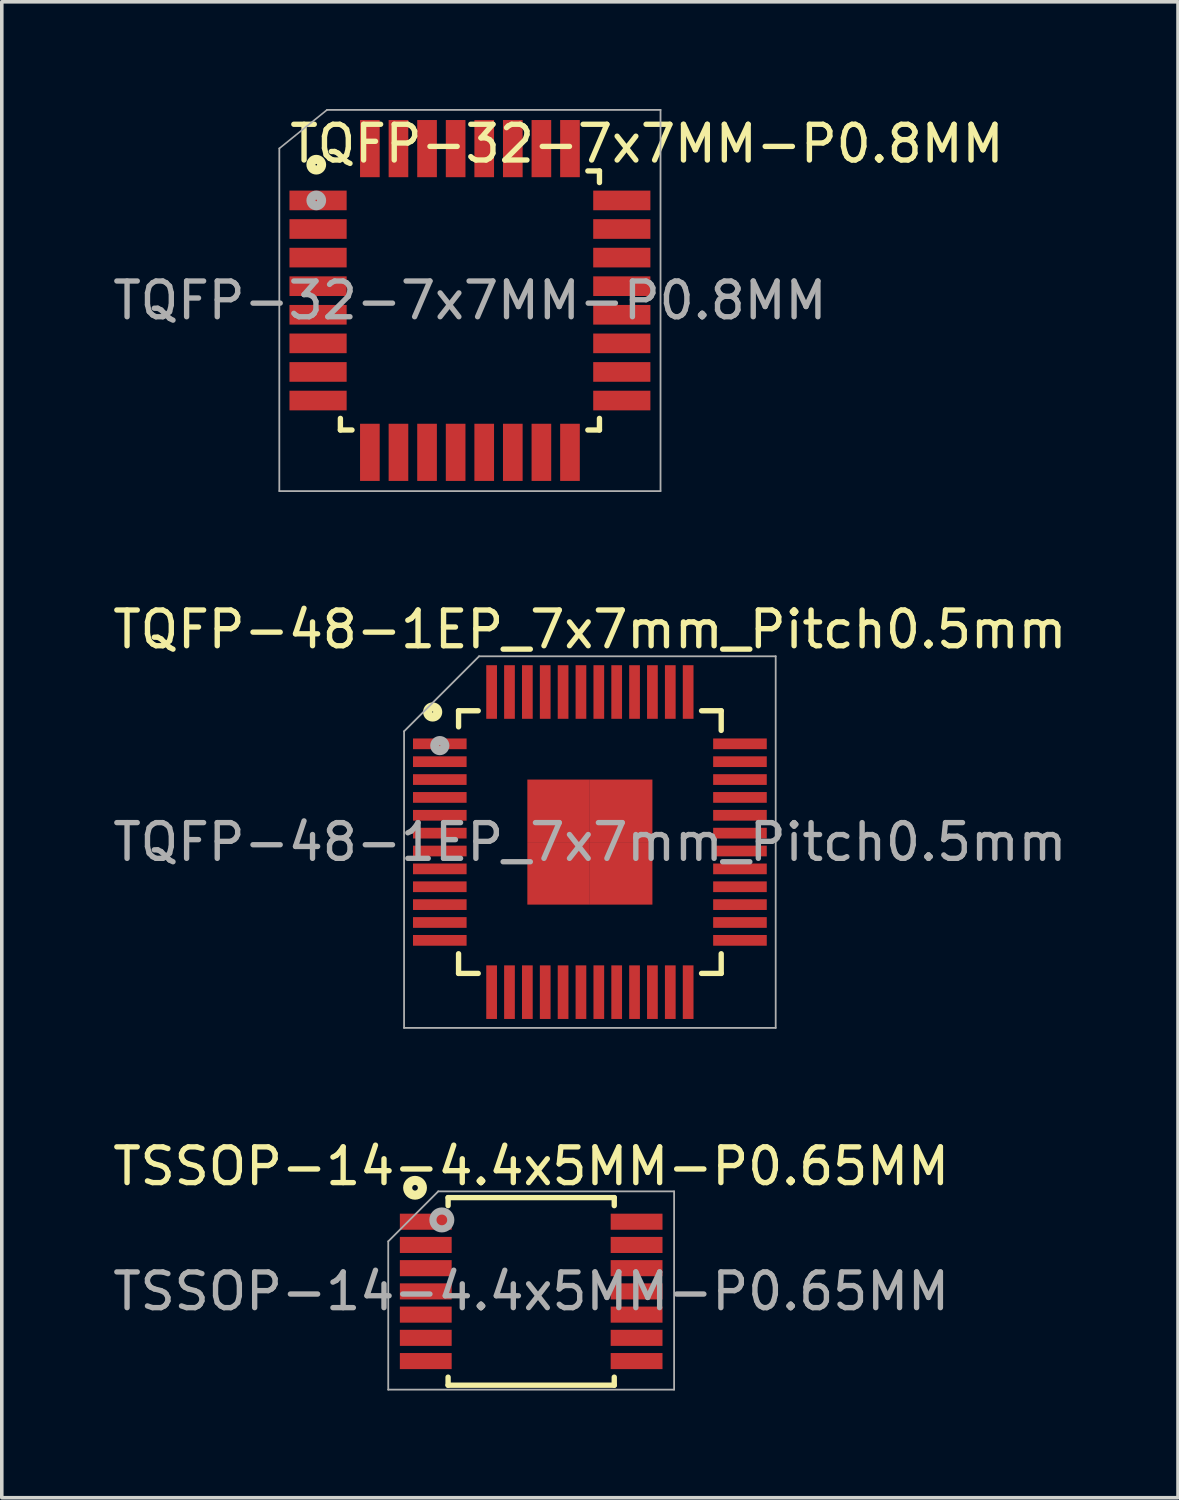
<source format=kicad_pcb>
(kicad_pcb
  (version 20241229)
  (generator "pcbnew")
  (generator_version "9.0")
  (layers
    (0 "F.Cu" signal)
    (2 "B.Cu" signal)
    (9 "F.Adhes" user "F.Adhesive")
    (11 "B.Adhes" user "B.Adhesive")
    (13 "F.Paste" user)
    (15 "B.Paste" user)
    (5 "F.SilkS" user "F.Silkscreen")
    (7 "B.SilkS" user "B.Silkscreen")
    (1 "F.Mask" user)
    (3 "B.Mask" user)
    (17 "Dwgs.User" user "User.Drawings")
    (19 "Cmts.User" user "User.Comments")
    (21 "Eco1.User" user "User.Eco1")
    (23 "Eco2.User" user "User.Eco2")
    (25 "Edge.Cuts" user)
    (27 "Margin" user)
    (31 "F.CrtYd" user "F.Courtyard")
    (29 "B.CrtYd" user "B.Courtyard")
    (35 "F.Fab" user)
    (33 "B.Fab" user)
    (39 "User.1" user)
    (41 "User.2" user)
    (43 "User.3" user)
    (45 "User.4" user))
  (footprint "TQFP-48-1EP_7x7mm_Pitch0.5mm"
    (layer "F.Cu")
    (at 13.458 20.516)
    (property "Reference" "TQFP-48-1EP_7x7mm_Pitch0.5mm" (at 0 -5.95 0) (layer "F.SilkS") (effects (font (size 1 1) (thickness 0.15))))
    (attr smd)
    (fp_line (start -3.675 -3.675) (end -3.675 -3.225) (stroke (width 0.15) (type solid)) (layer "F.SilkS"))
    (fp_line (start -3.675 -3.675) (end -3.125 -3.675) (stroke (width 0.15) (type solid)) (layer "F.SilkS"))
    (fp_line (start -3.675 3.675) (end -3.675 3.125) (stroke (width 0.15) (type solid)) (layer "F.SilkS"))
    (fp_line (start -3.675 3.675) (end -3.125 3.675) (stroke (width 0.15) (type solid)) (layer "F.SilkS"))
    (fp_line (start 3.675 -3.675) (end 3.125 -3.675) (stroke (width 0.15) (type solid)) (layer "F.SilkS"))
    (fp_line (start 3.675 -3.675) (end 3.675 -3.125) (stroke (width 0.15) (type solid)) (layer "F.SilkS"))
    (fp_line (start 3.675 3.675) (end 3.125 3.675) (stroke (width 0.15) (type solid)) (layer "F.SilkS"))
    (fp_line (start 3.675 3.675) (end 3.675 3.125) (stroke (width 0.15) (type solid)) (layer "F.SilkS"))
    (fp_circle (center -4.4 -3.641) (end -4.3 -3.541) (stroke (width 0.254) (type solid)) (fill no) (layer "F.SilkS"))
    (fp_line (start -5.2 -3.1) (end -5.2 5.2) (stroke (width 0.05) (type solid)) (layer "F.Fab"))
    (fp_line (start -5.2 5.2) (end 5.2 5.2) (stroke (width 0.05) (type solid)) (layer "F.Fab"))
    (fp_line (start -3.1 -5.2) (end -5.2 -3.1) (stroke (width 0.05) (type solid)) (layer "F.Fab"))
    (fp_line (start -3.1 -5.2) (end 5.2 -5.2) (stroke (width 0.05) (type solid)) (layer "F.Fab"))
    (fp_line (start 5.2 -5.2) (end 5.2 5.2) (stroke (width 0.05) (type solid)) (layer "F.Fab"))
    (fp_circle (center -4.2 -2.7) (end -4.1 -2.6) (stroke (width 0.254) (type solid)) (fill no) (layer "F.Fab"))
    (fp_text user "${REFERENCE}" (at 0 0 0) (layer "F.Fab") (effects (font (size 1 1) (thickness 0.15))))
    (pad "1" smd rect (at -4.2 -2.75) (size 1.5 0.3) (layers "F.Cu" "F.Mask" "F.Paste"))
    (pad "2" smd rect (at -4.2 -2.25) (size 1.5 0.3) (layers "F.Cu" "F.Mask" "F.Paste"))
    (pad "3" smd rect (at -4.2 -1.75) (size 1.5 0.3) (layers "F.Cu" "F.Mask" "F.Paste"))
    (pad "4" smd rect (at -4.2 -1.25) (size 1.5 0.3) (layers "F.Cu" "F.Mask" "F.Paste"))
    (pad "5" smd rect (at -4.2 -0.75) (size 1.5 0.3) (layers "F.Cu" "F.Mask" "F.Paste"))
    (pad "6" smd rect (at -4.2 -0.25) (size 1.5 0.3) (layers "F.Cu" "F.Mask" "F.Paste"))
    (pad "7" smd rect (at -4.2 0.25) (size 1.5 0.3) (layers "F.Cu" "F.Mask" "F.Paste"))
    (pad "8" smd rect (at -4.2 0.75) (size 1.5 0.3) (layers "F.Cu" "F.Mask" "F.Paste"))
    (pad "9" smd rect (at -4.2 1.25) (size 1.5 0.3) (layers "F.Cu" "F.Mask" "F.Paste"))
    (pad "10" smd rect (at -4.2 1.75) (size 1.5 0.3) (layers "F.Cu" "F.Mask" "F.Paste"))
    (pad "11" smd rect (at -4.2 2.25) (size 1.5 0.3) (layers "F.Cu" "F.Mask" "F.Paste"))
    (pad "12" smd rect (at -4.2 2.75) (size 1.5 0.3) (layers "F.Cu" "F.Mask" "F.Paste"))
    (pad "13" smd rect (at -2.75 4.2 90) (size 1.5 0.3) (layers "F.Cu" "F.Mask" "F.Paste"))
    (pad "14" smd rect (at -2.25 4.2 90) (size 1.5 0.3) (layers "F.Cu" "F.Mask" "F.Paste"))
    (pad "15" smd rect (at -1.75 4.2 90) (size 1.5 0.3) (layers "F.Cu" "F.Mask" "F.Paste"))
    (pad "16" smd rect (at -1.25 4.2 90) (size 1.5 0.3) (layers "F.Cu" "F.Mask" "F.Paste"))
    (pad "17" smd rect (at -0.75 4.2 90) (size 1.5 0.3) (layers "F.Cu" "F.Mask" "F.Paste"))
    (pad "18" smd rect (at -0.25 4.2 90) (size 1.5 0.3) (layers "F.Cu" "F.Mask" "F.Paste"))
    (pad "19" smd rect (at 0.25 4.2 90) (size 1.5 0.3) (layers "F.Cu" "F.Mask" "F.Paste"))
    (pad "20" smd rect (at 0.75 4.2 90) (size 1.5 0.3) (layers "F.Cu" "F.Mask" "F.Paste"))
    (pad "21" smd rect (at 1.25 4.2 90) (size 1.5 0.3) (layers "F.Cu" "F.Mask" "F.Paste"))
    (pad "22" smd rect (at 1.75 4.2 90) (size 1.5 0.3) (layers "F.Cu" "F.Mask" "F.Paste"))
    (pad "23" smd rect (at 2.25 4.2 90) (size 1.5 0.3) (layers "F.Cu" "F.Mask" "F.Paste"))
    (pad "24" smd rect (at 2.75 4.2 90) (size 1.5 0.3) (layers "F.Cu" "F.Mask" "F.Paste"))
    (pad "25" smd rect (at 4.2 2.75) (size 1.5 0.3) (layers "F.Cu" "F.Mask" "F.Paste"))
    (pad "26" smd rect (at 4.2 2.25) (size 1.5 0.3) (layers "F.Cu" "F.Mask" "F.Paste"))
    (pad "27" smd rect (at 4.2 1.75) (size 1.5 0.3) (layers "F.Cu" "F.Mask" "F.Paste"))
    (pad "28" smd rect (at 4.2 1.25) (size 1.5 0.3) (layers "F.Cu" "F.Mask" "F.Paste"))
    (pad "29" smd rect (at 4.2 0.75) (size 1.5 0.3) (layers "F.Cu" "F.Mask" "F.Paste"))
    (pad "30" smd rect (at 4.2 0.25) (size 1.5 0.3) (layers "F.Cu" "F.Mask" "F.Paste"))
    (pad "31" smd rect (at 4.2 -0.25) (size 1.5 0.3) (layers "F.Cu" "F.Mask" "F.Paste"))
    (pad "32" smd rect (at 4.2 -0.75) (size 1.5 0.3) (layers "F.Cu" "F.Mask" "F.Paste"))
    (pad "33" smd rect (at 4.2 -1.25) (size 1.5 0.3) (layers "F.Cu" "F.Mask" "F.Paste"))
    (pad "34" smd rect (at 4.2 -1.75) (size 1.5 0.3) (layers "F.Cu" "F.Mask" "F.Paste"))
    (pad "35" smd rect (at 4.2 -2.25) (size 1.5 0.3) (layers "F.Cu" "F.Mask" "F.Paste"))
    (pad "36" smd rect (at 4.2 -2.75) (size 1.5 0.3) (layers "F.Cu" "F.Mask" "F.Paste"))
    (pad "37" smd rect (at 2.75 -4.2 90) (size 1.5 0.3) (layers "F.Cu" "F.Mask" "F.Paste"))
    (pad "38" smd rect (at 2.25 -4.2 90) (size 1.5 0.3) (layers "F.Cu" "F.Mask" "F.Paste"))
    (pad "39" smd rect (at 1.75 -4.2 90) (size 1.5 0.3) (layers "F.Cu" "F.Mask" "F.Paste"))
    (pad "40" smd rect (at 1.25 -4.2 90) (size 1.5 0.3) (layers "F.Cu" "F.Mask" "F.Paste"))
    (pad "41" smd rect (at 0.75 -4.2 90) (size 1.5 0.3) (layers "F.Cu" "F.Mask" "F.Paste"))
    (pad "42" smd rect (at 0.25 -4.2 90) (size 1.5 0.3) (layers "F.Cu" "F.Mask" "F.Paste"))
    (pad "43" smd rect (at -0.25 -4.2 90) (size 1.5 0.3) (layers "F.Cu" "F.Mask" "F.Paste"))
    (pad "44" smd rect (at -0.75 -4.2 90) (size 1.5 0.3) (layers "F.Cu" "F.Mask" "F.Paste"))
    (pad "45" smd rect (at -1.25 -4.2 90) (size 1.5 0.3) (layers "F.Cu" "F.Mask" "F.Paste"))
    (pad "46" smd rect (at -1.75 -4.2 90) (size 1.5 0.3) (layers "F.Cu" "F.Mask" "F.Paste"))
    (pad "47" smd rect (at -2.25 -4.2 90) (size 1.5 0.3) (layers "F.Cu" "F.Mask" "F.Paste"))
    (pad "48" smd rect (at -2.75 -4.2 90) (size 1.5 0.3) (layers "F.Cu" "F.Mask" "F.Paste"))
    (pad "49" smd rect (at -0.875 -0.875) (size 1.75 1.75) (layers "F.Cu" "F.Mask" "F.Paste"))
    (pad "49" smd rect (at -0.875 0.875) (size 1.75 1.75) (layers "F.Cu" "F.Mask" "F.Paste"))
    (pad "49" smd rect (at 0.875 -0.875) (size 1.75 1.75) (layers "F.Cu" "F.Mask" "F.Paste"))
    (pad "49" smd rect (at 0.875 0.875) (size 1.75 1.75) (layers "F.Cu" "F.Mask" "F.Paste")))
  (footprint "TQFP-32-7x7MM-P0.8MM"
    (layer "F.Cu")
    (at 10.101 5.359)
    (property "Reference" "TQFP-32-7x7MM-P0.8MM" (at 0 0 0) (layer "F.Fab") (effects (font (size 1 1) (thickness 0.15))))
    (attr smd)
    (fp_line (start -3.625 3.625) (end -3.625 3.3) (stroke (width 0.15) (type solid)) (layer "F.SilkS"))
    (fp_line (start -3.625 3.625) (end -3.3 3.625) (stroke (width 0.15) (type solid)) (layer "F.SilkS"))
    (fp_line (start 3.625 -3.625) (end 3.3 -3.625) (stroke (width 0.15) (type solid)) (layer "F.SilkS"))
    (fp_line (start 3.625 -3.625) (end 3.625 -3.3) (stroke (width 0.15) (type solid)) (layer "F.SilkS"))
    (fp_line (start 3.625 3.625) (end 3.3 3.625) (stroke (width 0.15) (type solid)) (layer "F.SilkS"))
    (fp_line (start 3.625 3.625) (end 3.625 3.3) (stroke (width 0.15) (type solid)) (layer "F.SilkS"))
    (fp_circle (center -4.3 -3.8) (end -4.182 -3.709) (stroke (width 0.254) (type solid)) (fill no) (layer "F.SilkS"))
    (fp_line (start -5.334 -4.255) (end -5.334 5.334) (stroke (width 0.05) (type solid)) (layer "F.Fab"))
    (fp_line (start -5.334 -4.255) (end -4 -5.334) (stroke (width 0.046) (type solid)) (layer "F.Fab"))
    (fp_line (start -5.334 5.334) (end 5.334 5.334) (stroke (width 0.05) (type solid)) (layer "F.Fab"))
    (fp_line (start 5.334 -5.334) (end -4 -5.334) (stroke (width 0.05) (type solid)) (layer "F.Fab"))
    (fp_line (start 5.334 5.334) (end 5.334 -5.334) (stroke (width 0.05) (type solid)) (layer "F.Fab"))
    (fp_circle (center -4.3 -2.8) (end -4.182 -2.709) (stroke (width 0.254) (type solid)) (fill no) (layer "F.Fab"))
    (fp_text user "${REFERENCE}" (at 4.953 -4.386 180) (layer "F.SilkS") (effects (font (size 1 1) (thickness 0.15))))
    (pad "1" smd rect (at -4.25 -2.8) (size 1.6 0.55) (layers "F.Cu" "F.Mask" "F.Paste"))
    (pad "2" smd rect (at -4.25 -2) (size 1.6 0.55) (layers "F.Cu" "F.Mask" "F.Paste"))
    (pad "3" smd rect (at -4.25 -1.2) (size 1.6 0.55) (layers "F.Cu" "F.Mask" "F.Paste"))
    (pad "4" smd rect (at -4.25 -0.4) (size 1.6 0.55) (layers "F.Cu" "F.Mask" "F.Paste"))
    (pad "5" smd rect (at -4.25 0.4) (size 1.6 0.55) (layers "F.Cu" "F.Mask" "F.Paste"))
    (pad "6" smd rect (at -4.25 1.2) (size 1.6 0.55) (layers "F.Cu" "F.Mask" "F.Paste"))
    (pad "7" smd rect (at -4.25 2) (size 1.6 0.55) (layers "F.Cu" "F.Mask" "F.Paste"))
    (pad "8" smd rect (at -4.25 2.8) (size 1.6 0.55) (layers "F.Cu" "F.Mask" "F.Paste"))
    (pad "9" smd rect (at -2.8 4.25 90) (size 1.6 0.55) (layers "F.Cu" "F.Mask" "F.Paste"))
    (pad "10" smd rect (at -2 4.25 90) (size 1.6 0.55) (layers "F.Cu" "F.Mask" "F.Paste"))
    (pad "11" smd rect (at -1.2 4.25 90) (size 1.6 0.55) (layers "F.Cu" "F.Mask" "F.Paste"))
    (pad "12" smd rect (at -0.4 4.25 90) (size 1.6 0.55) (layers "F.Cu" "F.Mask" "F.Paste"))
    (pad "13" smd rect (at 0.4 4.25 90) (size 1.6 0.55) (layers "F.Cu" "F.Mask" "F.Paste"))
    (pad "14" smd rect (at 1.2 4.25 90) (size 1.6 0.55) (layers "F.Cu" "F.Mask" "F.Paste"))
    (pad "15" smd rect (at 2 4.25 90) (size 1.6 0.55) (layers "F.Cu" "F.Mask" "F.Paste"))
    (pad "16" smd rect (at 2.8 4.25 90) (size 1.6 0.55) (layers "F.Cu" "F.Mask" "F.Paste"))
    (pad "17" smd rect (at 4.25 2.8) (size 1.6 0.55) (layers "F.Cu" "F.Mask" "F.Paste"))
    (pad "18" smd rect (at 4.25 2) (size 1.6 0.55) (layers "F.Cu" "F.Mask" "F.Paste"))
    (pad "19" smd rect (at 4.25 1.2) (size 1.6 0.55) (layers "F.Cu" "F.Mask" "F.Paste"))
    (pad "20" smd rect (at 4.25 0.4) (size 1.6 0.55) (layers "F.Cu" "F.Mask" "F.Paste"))
    (pad "21" smd rect (at 4.25 -0.4) (size 1.6 0.55) (layers "F.Cu" "F.Mask" "F.Paste"))
    (pad "22" smd rect (at 4.25 -1.2) (size 1.6 0.55) (layers "F.Cu" "F.Mask" "F.Paste"))
    (pad "23" smd rect (at 4.25 -2) (size 1.6 0.55) (layers "F.Cu" "F.Mask" "F.Paste"))
    (pad "24" smd rect (at 4.25 -2.8) (size 1.6 0.55) (layers "F.Cu" "F.Mask" "F.Paste"))
    (pad "25" smd rect (at 2.8 -4.25 90) (size 1.6 0.55) (layers "F.Cu" "F.Mask" "F.Paste"))
    (pad "26" smd rect (at 2 -4.25 90) (size 1.6 0.55) (layers "F.Cu" "F.Mask" "F.Paste"))
    (pad "27" smd rect (at 1.2 -4.25 90) (size 1.6 0.55) (layers "F.Cu" "F.Mask" "F.Paste"))
    (pad "28" smd rect (at 0.4 -4.25 90) (size 1.6 0.55) (layers "F.Cu" "F.Mask" "F.Paste"))
    (pad "29" smd rect (at -0.4 -4.25 90) (size 1.6 0.55) (layers "F.Cu" "F.Mask" "F.Paste"))
    (pad "30" smd rect (at -1.2 -4.25 90) (size 1.6 0.55) (layers "F.Cu" "F.Mask" "F.Paste"))
    (pad "31" smd rect (at -2 -4.25 90) (size 1.6 0.55) (layers "F.Cu" "F.Mask" "F.Paste"))
    (pad "32" smd rect (at -2.8 -4.25 90) (size 1.6 0.55) (layers "F.Cu" "F.Mask" "F.Paste")))
  (footprint "TSSOP-14-4.4x5MM-P0.65MM"
    (layer "F.Cu")
    (at 11.815 33.09)
    (property "Reference" "TSSOP-14-4.4x5MM-P0.65MM" (at 0 0 0) (layer "F.Fab") (effects (font (size 1 1) (thickness 0.15))))
    (attr smd)
    (fp_line (start -2.325 -2.625) (end -2.325 -2.4) (stroke (width 0.15) (type solid)) (layer "F.SilkS"))
    (fp_line (start -2.325 -2.625) (end 2.325 -2.625) (stroke (width 0.15) (type solid)) (layer "F.SilkS"))
    (fp_line (start -2.325 2.625) (end -2.325 2.4) (stroke (width 0.15) (type solid)) (layer "F.SilkS"))
    (fp_line (start -2.325 2.625) (end 2.325 2.625) (stroke (width 0.15) (type solid)) (layer "F.SilkS"))
    (fp_line (start 2.325 -2.625) (end 2.325 -2.4) (stroke (width 0.15) (type solid)) (layer "F.SilkS"))
    (fp_line (start 2.325 2.625) (end 2.325 2.4) (stroke (width 0.15) (type solid)) (layer "F.SilkS"))
    (fp_circle (center -3.25 -2.9) (end -3.2 -2.7) (stroke (width 0.254) (type solid)) (fill no) (layer "F.SilkS"))
    (fp_line (start -4 -1.4) (end -2.6 -2.8) (stroke (width 0.05) (type solid)) (layer "F.Fab"))
    (fp_line (start -4 2.75) (end -4 -1.4) (stroke (width 0.05) (type solid)) (layer "F.Fab"))
    (fp_line (start -2.6 -2.8) (end 4 -2.8) (stroke (width 0.05) (type solid)) (layer "F.Fab"))
    (fp_line (start 4 -2.8) (end 4 2.75) (stroke (width 0.05) (type solid)) (layer "F.Fab"))
    (fp_line (start 4 2.75) (end -4 2.75) (stroke (width 0.05) (type solid)) (layer "F.Fab"))
    (fp_circle (center -2.5 -2) (end -2.5 -1.75) (stroke (width 0.2) (type solid)) (fill no) (layer "F.Fab"))
    (fp_text user "${REFERENCE}" (at 0 -3.5 0) (layer "F.SilkS") (effects (font (size 1 1) (thickness 0.15))))
    (pad "1" smd rect (at -2.95 -1.95) (size 1.45 0.45) (layers "F.Cu" "F.Mask" "F.Paste"))
    (pad "2" smd rect (at -2.95 -1.3) (size 1.45 0.45) (layers "F.Cu" "F.Mask" "F.Paste"))
    (pad "3" smd rect (at -2.95 -0.65) (size 1.45 0.45) (layers "F.Cu" "F.Mask" "F.Paste"))
    (pad "4" smd rect (at -2.95 0) (size 1.45 0.45) (layers "F.Cu" "F.Mask" "F.Paste"))
    (pad "5" smd rect (at -2.95 0.65) (size 1.45 0.45) (layers "F.Cu" "F.Mask" "F.Paste"))
    (pad "6" smd rect (at -2.95 1.3) (size 1.45 0.45) (layers "F.Cu" "F.Mask" "F.Paste"))
    (pad "7" smd rect (at -2.95 1.95) (size 1.45 0.45) (layers "F.Cu" "F.Mask" "F.Paste"))
    (pad "8" smd rect (at 2.95 1.95) (size 1.45 0.45) (layers "F.Cu" "F.Mask" "F.Paste"))
    (pad "9" smd rect (at 2.95 1.3) (size 1.45 0.45) (layers "F.Cu" "F.Mask" "F.Paste"))
    (pad "10" smd rect (at 2.95 0.65) (size 1.45 0.45) (layers "F.Cu" "F.Mask" "F.Paste"))
    (pad "11" smd rect (at 2.95 0) (size 1.45 0.45) (layers "F.Cu" "F.Mask" "F.Paste"))
    (pad "12" smd rect (at 2.95 -0.65) (size 1.45 0.45) (layers "F.Cu" "F.Mask" "F.Paste"))
    (pad "13" smd rect (at 2.95 -1.3) (size 1.45 0.45) (layers "F.Cu" "F.Mask" "F.Paste"))
    (pad "14" smd rect (at 2.95 -1.95) (size 1.45 0.45) (layers "F.Cu" "F.Mask" "F.Paste")))
  (gr_rect
    (start -3 -3)
    (end 29.917 38.864)
    (stroke (width 0.1) (type default))
    (fill no)
    (layer "Edge.Cuts")))
</source>
